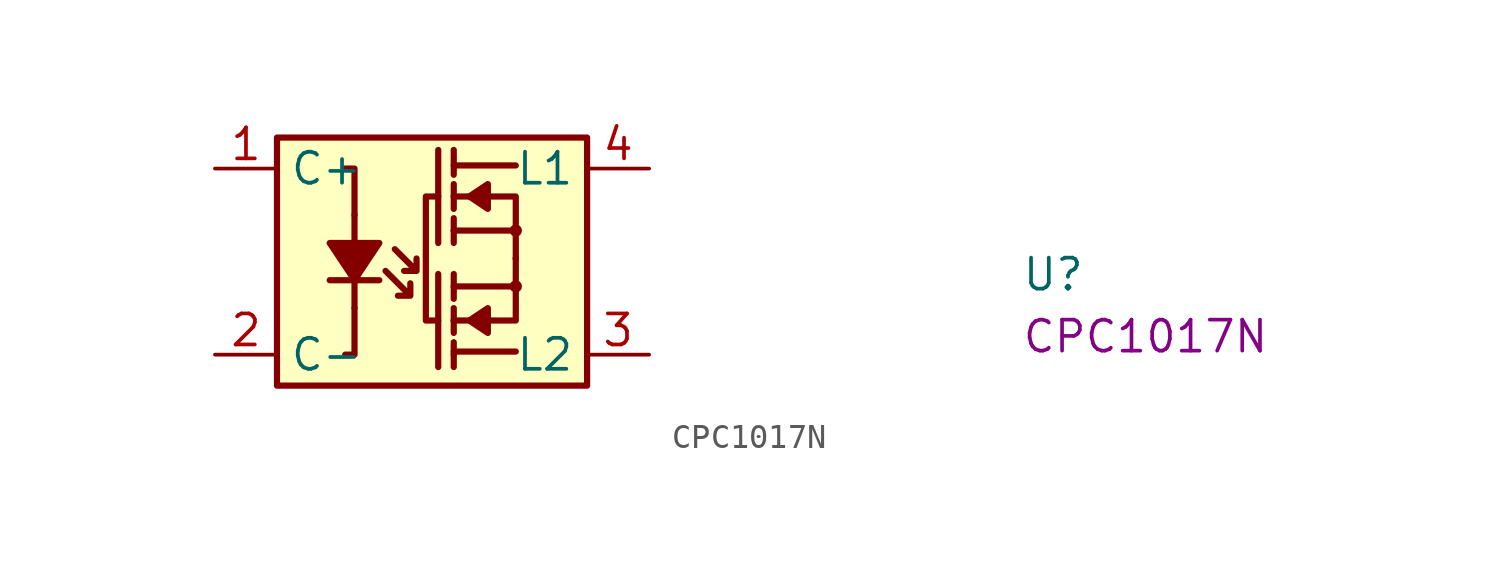
<source format=kicad_sym>
(kicad_symbol_lib
  (version 20220914)
  (generator kicad_symbol_editor)
  (symbol "CPC1017N"
    (property "Reference" "U"
      (at 33.02 -5.08 0)
      (effects (font (size 1.27 1.27) (thickness 0.15)) (justify left bottom)))
    (property "MPN" "CPC1017N "
      (at 33.02 -7.62 0)
      (effects (font (size 1.27 1.27) (thickness 0.15)) (justify left bottom)))
    (symbol "CPC1017N_1_1"
      (polyline (pts (xy 5.715 -4.445) (xy 5.715 -5.715)) (stroke (width 0.254) (type default)) (fill (type background)))
      (polyline (pts (xy 5.715 -1.905) (xy 5.715 -3.175)) (stroke (width 0.254) (type default)) (fill (type background)))
      (polyline (pts (xy 6.731 -4.572) (xy 4.699 -4.572)) (stroke (width 0.254) (type default)) (fill (type background)))
      (polyline (pts (xy 9.144 -8.128) (xy 9.144 -4.318)) (stroke (width 0.254) (type default)) (fill (type background)))
      (polyline (pts (xy 9.144 -3.048) (xy 9.144 0.762)) (stroke (width 0.254) (type default)) (fill (type background)))
      (polyline (pts (xy 9.779 -7.62) (xy 9.779 -8.128)) (stroke (width 0.254) (type default)) (fill (type background)))
      (polyline (pts (xy 9.779 -7.62) (xy 9.779 -7.112)) (stroke (width 0.254) (type default)) (fill (type background)))
      (polyline (pts (xy 9.779 -7.493) (xy 12.319 -7.493)) (stroke (width 0.254) (type default)) (fill (type background)))
      (polyline (pts (xy 9.779 -6.223) (xy 9.779 -6.731)) (stroke (width 0.254) (type default)) (fill (type background)))
      (polyline (pts (xy 9.779 -6.223) (xy 9.779 -5.715)) (stroke (width 0.254) (type default)) (fill (type background)))
      (polyline (pts (xy 9.779 -4.318) (xy 9.779 -5.334)) (stroke (width 0.254) (type default)) (fill (type background)))
      (polyline (pts (xy 9.779 -2.54) (xy 9.779 -3.048)) (stroke (width 0.254) (type default)) (fill (type background)))
      (polyline (pts (xy 9.779 -2.54) (xy 9.779 -2.032)) (stroke (width 0.254) (type default)) (fill (type background)))
      (polyline (pts (xy 9.779 -1.143) (xy 9.779 -1.651)) (stroke (width 0.254) (type default)) (fill (type background)))
      (polyline (pts (xy 9.779 -1.143) (xy 9.779 -0.635)) (stroke (width 0.254) (type default)) (fill (type background)))
      (polyline (pts (xy 9.779 0.127) (xy 12.319 0.127)) (stroke (width 0.254) (type default)) (fill (type background)))
      (polyline (pts (xy 9.779 0.762) (xy 9.779 -0.254)) (stroke (width 0.254) (type default)) (fill (type background)))
      (polyline (pts (xy 12.319 -3.683) (xy 12.319 -3.683)) (stroke (width 0.254) (type default)) (fill (type background)))
      (polyline (pts (xy 12.319 -2.54) (xy 9.779 -2.54)) (stroke (width 0.254) (type default)) (fill (type background)))
      (polyline (pts (xy 5.334 -7.62) (xy 5.715 -7.62) (xy 5.715 -5.715)) (stroke (width 0.254) (type default)) (fill (type background)))
      (polyline (pts (xy 5.715 -1.905) (xy 5.715 0) (xy 5.334 0)) (stroke (width 0.254) (type default)) (fill (type background)))
      (polyline (pts (xy 12.319 -4.826) (xy 12.319 -6.223) (xy 9.779 -6.223)) (stroke (width 0.254) (type default)) (fill (type background)))
      (polyline (pts (xy 12.319 -3.683) (xy 12.319 -4.826) (xy 9.779 -4.826)) (stroke (width 0.254) (type default)) (fill (type background)))
      (polyline (pts (xy 12.319 -3.683) (xy 12.319 -1.143) (xy 9.779 -1.143)) (stroke (width 0.254) (type default)) (fill (type background)))
      (polyline (pts (xy 6.731 -3.048) (xy 4.699 -3.048) (xy 5.715 -4.572) (xy 6.731 -3.048)) (stroke (width 0.254) (type default)) (fill (type outline)))
      (polyline (pts (xy 9.144 -6.223) (xy 8.636 -6.223) (xy 8.636 -1.143) (xy 9.144 -1.143)) (stroke (width 0.254) (type default)) (fill (type background)))
      (polyline (pts (xy 10.414 -6.223) (xy 11.176 -5.715) (xy 11.176 -6.731) (xy 10.414 -6.223)) (stroke (width 0.254) (type default)) (fill (type outline)))
      (polyline (pts (xy 10.414 -1.143) (xy 11.176 -0.635) (xy 11.176 -1.651) (xy 10.414 -1.143)) (stroke (width 0.254) (type default)) (fill (type outline)))
      (polyline (pts (xy 8.001 -5.207) (xy 7.493 -5.207) (xy 8.001 -5.207) (xy 8.001 -4.699) (xy 8.001 -5.207) (xy 6.985 -4.191)) (stroke (width 0.254) (type default)) (fill (type background)))
      (polyline (pts (xy 8.255 -4.191) (xy 7.747 -4.191) (xy 8.255 -4.191) (xy 8.255 -3.683) (xy 8.255 -4.191) (xy 7.366 -3.302)) (stroke (width 0.254) (type default)) (fill (type background)))
      (rectangle (start 2.54 1.27) (end 15.24 -8.89) (stroke (width 0.254) (type default)) (fill (type background)))
      (circle (center 12.319 -4.826) (radius 0.127) (stroke (width 0.254) (type default)) (fill (type background)))
      (circle (center 12.319 -2.54) (radius 0.127) (stroke (width 0.254) (type default)) (fill (type background)))
      (pin passive line (at 0 0 0) (length 2.54) (name "C+" (effects (font (size 1.27 1.27)))) (number "1" (effects (font (size 1.27 1.27)))))
      (pin passive line (at 0 -7.62 0) (length 2.54) (name "C-" (effects (font (size 1.27 1.27)))) (number "2" (effects (font (size 1.27 1.27)))))
      (pin passive line (at 17.78 -7.62 180) (length 2.54) (name "L2" (effects (font (size 1.27 1.27)))) (number "3" (effects (font (size 1.27 1.27)))))
      (pin passive line (at 17.78 0 180) (length 2.54) (name "L1" (effects (font (size 1.27 1.27)))) (number "4" (effects (font (size 1.27 1.27))))))))
</source>
